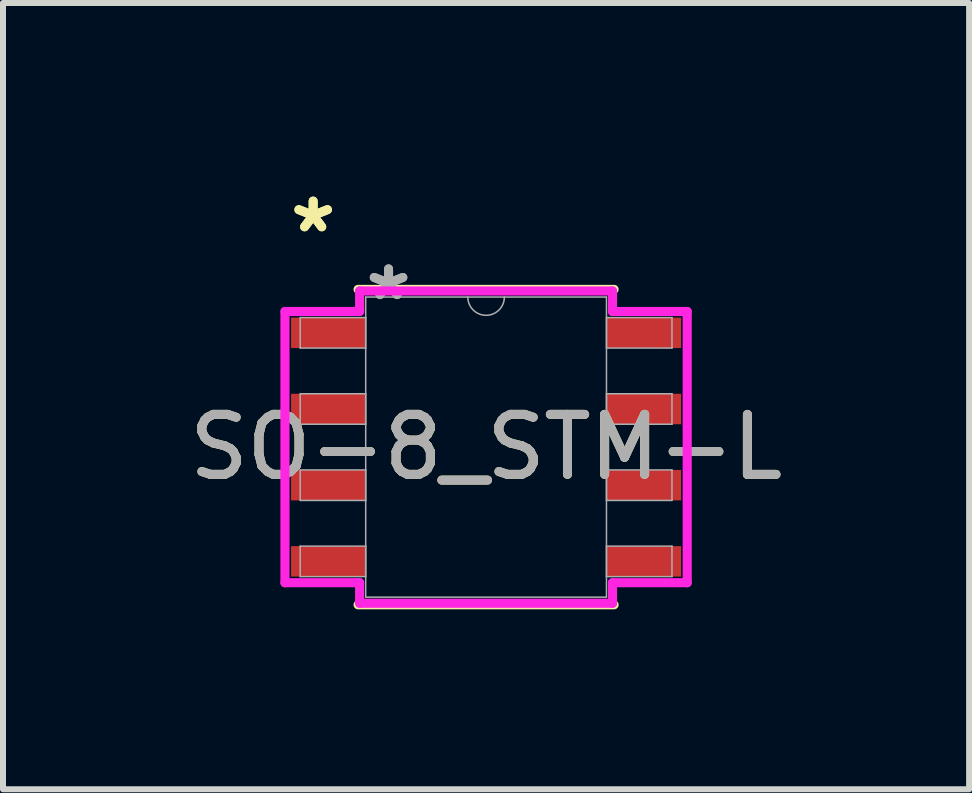
<source format=kicad_pcb>
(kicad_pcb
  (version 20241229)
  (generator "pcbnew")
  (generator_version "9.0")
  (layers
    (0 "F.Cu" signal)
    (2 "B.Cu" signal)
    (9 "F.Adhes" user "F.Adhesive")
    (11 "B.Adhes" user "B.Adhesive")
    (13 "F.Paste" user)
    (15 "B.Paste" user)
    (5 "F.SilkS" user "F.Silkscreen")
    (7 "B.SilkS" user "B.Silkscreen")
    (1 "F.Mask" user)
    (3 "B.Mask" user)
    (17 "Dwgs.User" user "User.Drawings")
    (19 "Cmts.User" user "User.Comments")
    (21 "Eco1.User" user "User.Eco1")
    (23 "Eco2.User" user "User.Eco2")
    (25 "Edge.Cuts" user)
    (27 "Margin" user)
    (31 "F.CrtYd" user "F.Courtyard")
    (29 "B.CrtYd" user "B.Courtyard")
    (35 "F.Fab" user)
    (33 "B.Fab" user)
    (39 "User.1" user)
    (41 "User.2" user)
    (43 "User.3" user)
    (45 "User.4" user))
  (footprint "SO-8_STM-L"
    (layer "F.Cu")
    (at 5.054 4.404)
    (property "Reference" "SO-8_STM-L" (at 0 0 0) (unlocked yes) (layer "F.SilkS") (effects (font (size 1 1) (thickness 0.15))))
    (attr smd)
    (fp_line (start -2.134 2.629) (end 2.134 2.629) (stroke (width 0.152) (type solid)) (layer "F.SilkS"))
    (fp_line (start 2.134 -2.629) (end -2.134 -2.629) (stroke (width 0.152) (type solid)) (layer "F.SilkS"))
    (fp_line (start -3.353 -2.261) (end -2.108 -2.261) (stroke (width 0.152) (type solid)) (layer "F.CrtYd"))
    (fp_line (start -3.353 2.261) (end -3.353 -2.261) (stroke (width 0.152) (type solid)) (layer "F.CrtYd"))
    (fp_line (start -3.353 2.261) (end -2.108 2.261) (stroke (width 0.152) (type solid)) (layer "F.CrtYd"))
    (fp_line (start -2.108 -2.603) (end 2.108 -2.603) (stroke (width 0.152) (type solid)) (layer "F.CrtYd"))
    (fp_line (start -2.108 -2.261) (end -2.108 -2.603) (stroke (width 0.152) (type solid)) (layer "F.CrtYd"))
    (fp_line (start -2.108 2.603) (end -2.108 2.261) (stroke (width 0.152) (type solid)) (layer "F.CrtYd"))
    (fp_line (start 2.108 -2.603) (end 2.108 -2.261) (stroke (width 0.152) (type solid)) (layer "F.CrtYd"))
    (fp_line (start 2.108 2.261) (end 2.108 2.603) (stroke (width 0.152) (type solid)) (layer "F.CrtYd"))
    (fp_line (start 2.108 2.603) (end -2.108 2.603) (stroke (width 0.152) (type solid)) (layer "F.CrtYd"))
    (fp_line (start 3.353 -2.261) (end 2.108 -2.261) (stroke (width 0.152) (type solid)) (layer "F.CrtYd"))
    (fp_line (start 3.353 -2.261) (end 3.353 2.261) (stroke (width 0.152) (type solid)) (layer "F.CrtYd"))
    (fp_line (start 3.353 2.261) (end 2.108 2.261) (stroke (width 0.152) (type solid)) (layer "F.CrtYd"))
    (fp_line (start -3.099 -2.159) (end -3.099 -1.651) (stroke (width 0.025) (type solid)) (layer "F.Fab"))
    (fp_line (start -3.099 -1.651) (end -2.007 -1.651) (stroke (width 0.025) (type solid)) (layer "F.Fab"))
    (fp_line (start -3.099 -0.889) (end -3.099 -0.381) (stroke (width 0.025) (type solid)) (layer "F.Fab"))
    (fp_line (start -3.099 -0.381) (end -2.007 -0.381) (stroke (width 0.025) (type solid)) (layer "F.Fab"))
    (fp_line (start -3.099 0.381) (end -3.099 0.889) (stroke (width 0.025) (type solid)) (layer "F.Fab"))
    (fp_line (start -3.099 0.889) (end -2.007 0.889) (stroke (width 0.025) (type solid)) (layer "F.Fab"))
    (fp_line (start -3.099 1.651) (end -3.099 2.159) (stroke (width 0.025) (type solid)) (layer "F.Fab"))
    (fp_line (start -3.099 2.159) (end -2.007 2.159) (stroke (width 0.025) (type solid)) (layer "F.Fab"))
    (fp_line (start -2.007 -2.502) (end -2.007 2.502) (stroke (width 0.025) (type solid)) (layer "F.Fab"))
    (fp_line (start -2.007 -2.159) (end -3.099 -2.159) (stroke (width 0.025) (type solid)) (layer "F.Fab"))
    (fp_line (start -2.007 -1.651) (end -2.007 -2.159) (stroke (width 0.025) (type solid)) (layer "F.Fab"))
    (fp_line (start -2.007 -0.889) (end -3.099 -0.889) (stroke (width 0.025) (type solid)) (layer "F.Fab"))
    (fp_line (start -2.007 -0.381) (end -2.007 -0.889) (stroke (width 0.025) (type solid)) (layer "F.Fab"))
    (fp_line (start -2.007 0.381) (end -3.099 0.381) (stroke (width 0.025) (type solid)) (layer "F.Fab"))
    (fp_line (start -2.007 0.889) (end -2.007 0.381) (stroke (width 0.025) (type solid)) (layer "F.Fab"))
    (fp_line (start -2.007 1.651) (end -3.099 1.651) (stroke (width 0.025) (type solid)) (layer "F.Fab"))
    (fp_line (start -2.007 2.159) (end -2.007 1.651) (stroke (width 0.025) (type solid)) (layer "F.Fab"))
    (fp_line (start -2.007 2.502) (end 2.007 2.502) (stroke (width 0.025) (type solid)) (layer "F.Fab"))
    (fp_line (start 2.007 -2.502) (end -2.007 -2.502) (stroke (width 0.025) (type solid)) (layer "F.Fab"))
    (fp_line (start 2.007 -2.159) (end 2.007 -1.651) (stroke (width 0.025) (type solid)) (layer "F.Fab"))
    (fp_line (start 2.007 -1.651) (end 3.099 -1.651) (stroke (width 0.025) (type solid)) (layer "F.Fab"))
    (fp_line (start 2.007 -0.889) (end 2.007 -0.381) (stroke (width 0.025) (type solid)) (layer "F.Fab"))
    (fp_line (start 2.007 -0.381) (end 3.099 -0.381) (stroke (width 0.025) (type solid)) (layer "F.Fab"))
    (fp_line (start 2.007 0.381) (end 2.007 0.889) (stroke (width 0.025) (type solid)) (layer "F.Fab"))
    (fp_line (start 2.007 0.889) (end 3.099 0.889) (stroke (width 0.025) (type solid)) (layer "F.Fab"))
    (fp_line (start 2.007 1.651) (end 2.007 2.159) (stroke (width 0.025) (type solid)) (layer "F.Fab"))
    (fp_line (start 2.007 2.159) (end 3.099 2.159) (stroke (width 0.025) (type solid)) (layer "F.Fab"))
    (fp_line (start 2.007 2.502) (end 2.007 -2.502) (stroke (width 0.025) (type solid)) (layer "F.Fab"))
    (fp_line (start 3.099 -2.159) (end 2.007 -2.159) (stroke (width 0.025) (type solid)) (layer "F.Fab"))
    (fp_line (start 3.099 -1.651) (end 3.099 -2.159) (stroke (width 0.025) (type solid)) (layer "F.Fab"))
    (fp_line (start 3.099 -0.889) (end 2.007 -0.889) (stroke (width 0.025) (type solid)) (layer "F.Fab"))
    (fp_line (start 3.099 -0.381) (end 3.099 -0.889) (stroke (width 0.025) (type solid)) (layer "F.Fab"))
    (fp_line (start 3.099 0.381) (end 2.007 0.381) (stroke (width 0.025) (type solid)) (layer "F.Fab"))
    (fp_line (start 3.099 0.889) (end 3.099 0.381) (stroke (width 0.025) (type solid)) (layer "F.Fab"))
    (fp_line (start 3.099 1.651) (end 2.007 1.651) (stroke (width 0.025) (type solid)) (layer "F.Fab"))
    (fp_line (start 3.099 2.159) (end 3.099 1.651) (stroke (width 0.025) (type solid)) (layer "F.Fab"))
    (fp_arc (start 0.3048 -2.5019) (mid 0 -2.1971) (end -0.3048 -2.5019) (stroke (width 0.0254) (type solid)) (layer "F.Fab"))
    (fp_text user "*" (at -2.883 -3.556 0) (unlocked yes) (layer "F.SilkS") (effects (font (size 1 1) (thickness 0.15))))
    (fp_text user "*" (at -2.883 -3.556 0) (layer "F.SilkS") (effects (font (size 1 1) (thickness 0.15))))
    (fp_text user "${REFERENCE}" (at 0 0 0) (unlocked yes) (layer "F.Fab") (effects (font (size 1 1) (thickness 0.15))))
    (fp_text user "*" (at -1.626 -2.426 0) (layer "F.Fab") (effects (font (size 1 1) (thickness 0.15))))
    (fp_text user "*" (at -1.626 -2.426 0) (unlocked yes) (layer "F.Fab") (effects (font (size 1 1) (thickness 0.15))))
    (pad "1" smd rect (at -2.629 -1.905) (size 1.245 0.508) (layers "F.Cu" "F.Mask" "F.Paste"))
    (pad "2" smd rect (at -2.629 -0.635) (size 1.245 0.508) (layers "F.Cu" "F.Mask" "F.Paste"))
    (pad "3" smd rect (at -2.629 0.635) (size 1.245 0.508) (layers "F.Cu" "F.Mask" "F.Paste"))
    (pad "4" smd rect (at -2.629 1.905) (size 1.245 0.508) (layers "F.Cu" "F.Mask" "F.Paste"))
    (pad "5" smd rect (at 2.629 1.905) (size 1.245 0.508) (layers "F.Cu" "F.Mask" "F.Paste"))
    (pad "6" smd rect (at 2.629 0.635) (size 1.245 0.508) (layers "F.Cu" "F.Mask" "F.Paste"))
    (pad "7" smd rect (at 2.629 -0.635) (size 1.245 0.508) (layers "F.Cu" "F.Mask" "F.Paste"))
    (pad "8" smd rect (at 2.629 -1.905) (size 1.245 0.508) (layers "F.Cu" "F.Mask" "F.Paste")))
  (gr_rect
    (start -3 -3)
    (end 13.107 10.109)
    (stroke (width 0.1) (type default))
    (fill no)
    (layer "Edge.Cuts")))
</source>
